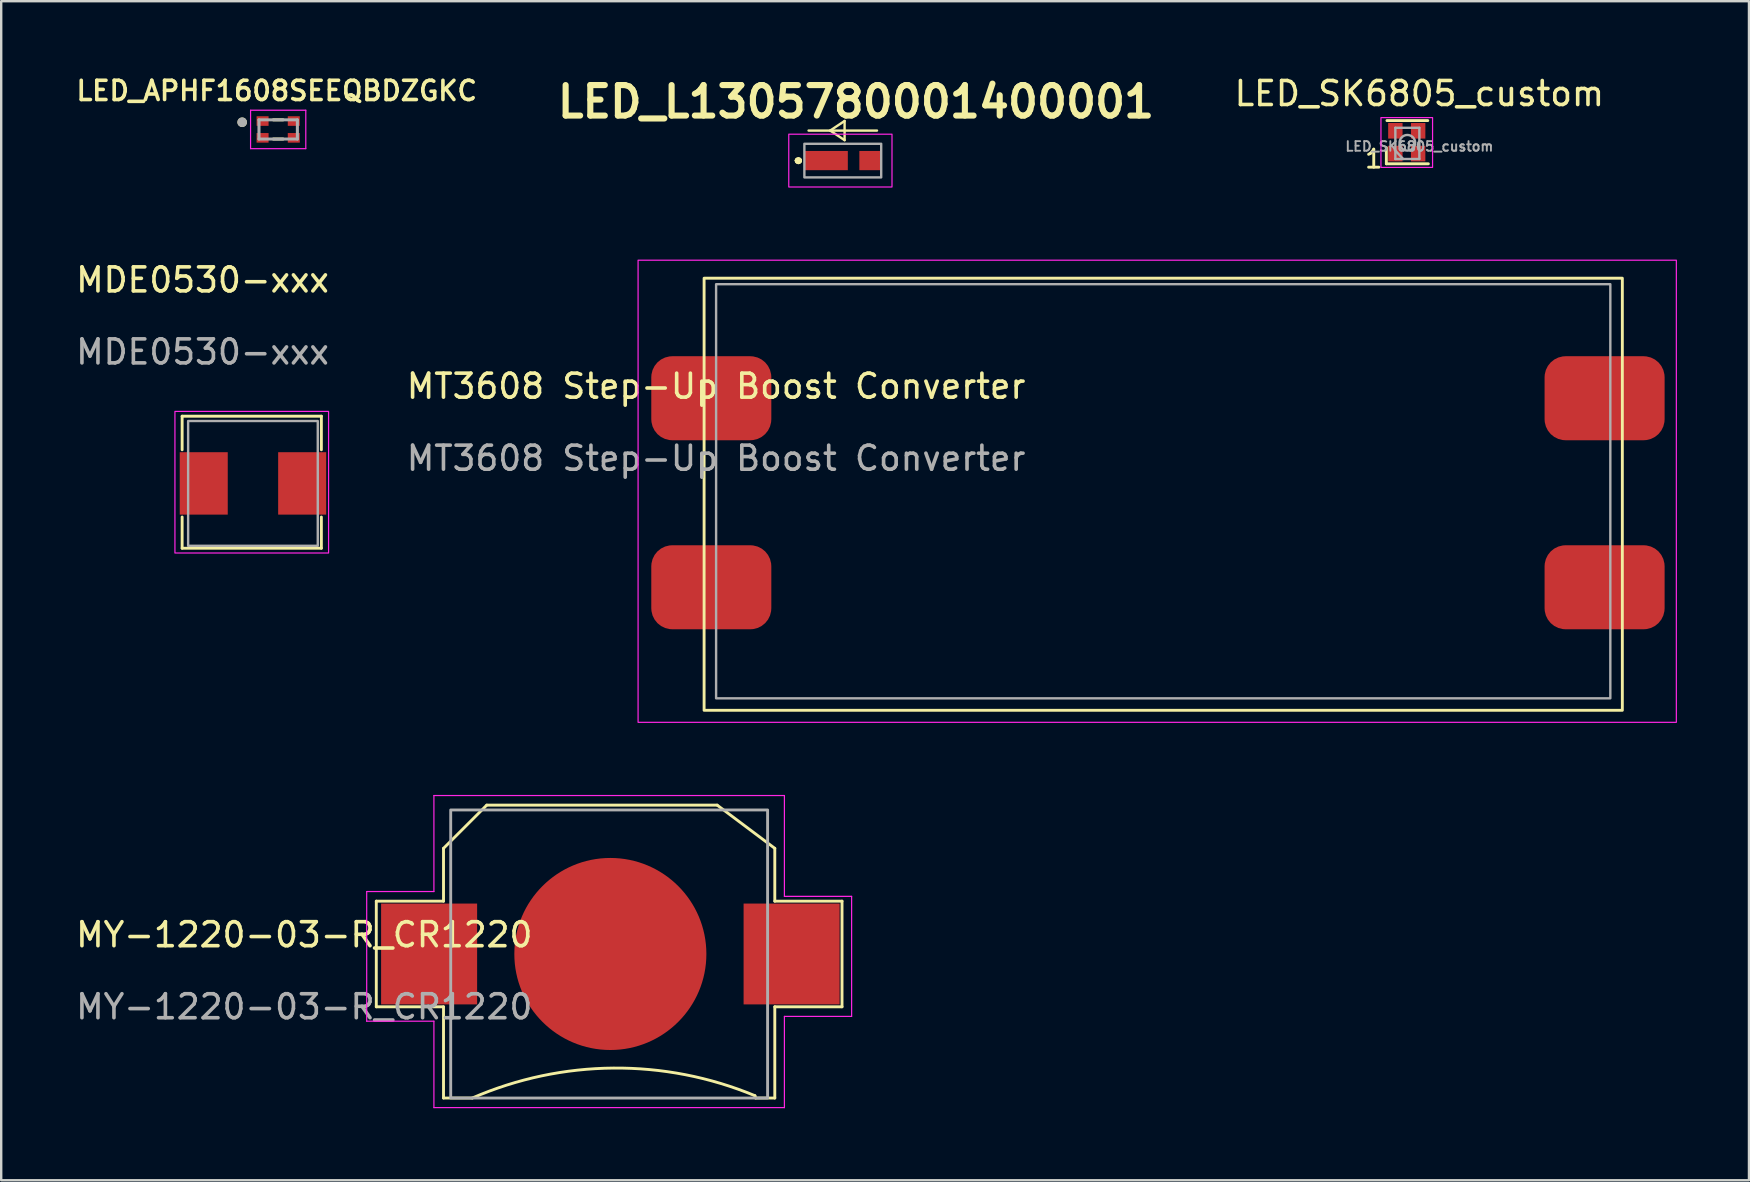
<source format=kicad_pcb>
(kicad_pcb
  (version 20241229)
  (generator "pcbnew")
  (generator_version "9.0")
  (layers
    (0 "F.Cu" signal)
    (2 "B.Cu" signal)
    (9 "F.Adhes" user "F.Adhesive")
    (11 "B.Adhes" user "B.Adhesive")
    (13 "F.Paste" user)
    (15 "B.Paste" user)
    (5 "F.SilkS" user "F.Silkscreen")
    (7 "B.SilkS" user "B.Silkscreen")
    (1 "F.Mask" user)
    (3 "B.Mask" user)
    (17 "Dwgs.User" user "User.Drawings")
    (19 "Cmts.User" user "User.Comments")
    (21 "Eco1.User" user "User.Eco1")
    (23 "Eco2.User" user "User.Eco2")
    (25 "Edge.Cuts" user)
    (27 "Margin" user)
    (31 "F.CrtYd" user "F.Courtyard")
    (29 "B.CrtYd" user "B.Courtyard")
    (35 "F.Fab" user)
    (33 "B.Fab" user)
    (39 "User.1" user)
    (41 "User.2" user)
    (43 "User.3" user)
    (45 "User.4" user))
  (footprint "MY-1220-03-R_CR1220"
    (layer "F.Cu")
    (at 14.825 36.689)
    (property "Reference" "MY-1220-03-R_CR1220" (at -5.2 -0.8 0) (unlocked yes) (layer "F.SilkS") (effects (font (size 1 1) (thickness 0.15))))
    (attr smd)
    (fp_line (start -2.2 -2.2) (end -2.2 2.2) (stroke (width 0.12) (type default)) (layer "F.SilkS"))
    (fp_line (start -2.2 -2.2) (end 0.6 -2.2) (stroke (width 0.12) (type default)) (layer "F.SilkS"))
    (fp_line (start -2.2 2.2) (end 0.6 2.2) (stroke (width 0.12) (type default)) (layer "F.SilkS"))
    (fp_line (start 0.6 -4.4) (end 2.4 -6.2) (stroke (width 0.12) (type default)) (layer "F.SilkS"))
    (fp_line (start 0.6 -2.2) (end 0.6 -4.4) (stroke (width 0.12) (type default)) (layer "F.SilkS"))
    (fp_line (start 0.6 2.2) (end 0.6 6) (stroke (width 0.12) (type default)) (layer "F.SilkS"))
    (fp_line (start 0.6 6) (end 1.8 6) (stroke (width 0.12) (type default)) (layer "F.SilkS"))
    (fp_line (start 2.4 -6.2) (end 12 -6.2) (stroke (width 0.12) (type default)) (layer "F.SilkS"))
    (fp_line (start 12 -6.2) (end 14.4 -4.4) (stroke (width 0.12) (type default)) (layer "F.SilkS"))
    (fp_line (start 13.6 6) (end 13.572 5.903) (stroke (width 0.12) (type default)) (layer "F.SilkS"))
    (fp_line (start 14.4 -4.4) (end 14.4 -2.2) (stroke (width 0.12) (type default)) (layer "F.SilkS"))
    (fp_line (start 14.4 -2.2) (end 17.2 -2.2) (stroke (width 0.12) (type default)) (layer "F.SilkS"))
    (fp_line (start 14.4 2.2) (end 14.4 6) (stroke (width 0.12) (type default)) (layer "F.SilkS"))
    (fp_line (start 14.4 6) (end 13.6 6) (stroke (width 0.12) (type default)) (layer "F.SilkS"))
    (fp_line (start 17.2 -2.2) (end 17.2 2.2) (stroke (width 0.12) (type default)) (layer "F.SilkS"))
    (fp_line (start 17.2 2.2) (end 14.4 2.2) (stroke (width 0.12) (type default)) (layer "F.SilkS"))
    (fp_arc (start 1.8 6) (mid 7.676389 4.752584) (end 13.572478 5.903293) (stroke (width 0.12) (type default)) (layer "F.SilkS"))
    (fp_line (start -2.6 -2.6) (end 0.2 -2.6) (stroke (width 0.05) (type default)) (layer "F.CrtYd"))
    (fp_line (start -2.6 2.8) (end -2.6 -2.6) (stroke (width 0.05) (type default)) (layer "F.CrtYd"))
    (fp_line (start 0.2 -6.6) (end 14.8 -6.6) (stroke (width 0.05) (type default)) (layer "F.CrtYd"))
    (fp_line (start 0.2 -2.6) (end 0.2 -6.6) (stroke (width 0.05) (type default)) (layer "F.CrtYd"))
    (fp_line (start 0.2 2.8) (end -2.6 2.8) (stroke (width 0.05) (type default)) (layer "F.CrtYd"))
    (fp_line (start 0.2 6.4) (end 0.2 2.8) (stroke (width 0.05) (type default)) (layer "F.CrtYd"))
    (fp_line (start 14.8 -6.6) (end 14.8 -2.4) (stroke (width 0.05) (type default)) (layer "F.CrtYd"))
    (fp_line (start 14.8 -2.4) (end 17.6 -2.4) (stroke (width 0.05) (type default)) (layer "F.CrtYd"))
    (fp_line (start 14.8 2.6) (end 14.8 6.4) (stroke (width 0.05) (type default)) (layer "F.CrtYd"))
    (fp_line (start 14.8 6.4) (end 0.2 6.4) (stroke (width 0.05) (type default)) (layer "F.CrtYd"))
    (fp_line (start 17.6 -2.4) (end 17.6 2.6) (stroke (width 0.05) (type default)) (layer "F.CrtYd"))
    (fp_line (start 17.6 2.6) (end 14.8 2.6) (stroke (width 0.05) (type default)) (layer "F.CrtYd"))
    (fp_rect (start 0.9 -6) (end 14.1 6) (stroke (width 0.12) (type default)) (fill no) (layer "F.Fab"))
    (fp_text user "${REFERENCE}" (at -5.2 2.2 0) (unlocked yes) (layer "F.Fab") (effects (font (size 1 1) (thickness 0.15))))
    (pad "1" smd rect (at 0 0) (size 4 4.2) (layers "F.Cu" "F.Mask" "F.Paste"))
    (pad "1" smd rect (at 15.1 0) (size 4 4.2) (layers "F.Cu" "F.Mask" "F.Paste"))
    (pad "2" smd circle (at 7.55 0) (size 8 8) (layers "F.Cu" "F.Mask" "F.Paste")))
  (footprint "MT3608 Step-Up Boost Converter"
    (layer "F.Cu")
    (at 26.78 13.539)
    (property "Reference" "MT3608 Step-Up Boost Converter" (at 0 -0.5 0) (unlocked yes) (layer "F.SilkS") (effects (font (size 1 1) (thickness 0.15))))
    (attr smd)
    (fp_rect (start -0.5 -5) (end 37.75 13) (stroke (width 0.12) (type default)) (fill no) (layer "F.SilkS"))
    (fp_rect (start -3.25 -5.75) (end 40 13.5) (stroke (width 0.05) (type default)) (fill no) (layer "F.CrtYd"))
    (fp_rect (start 0 -4.75) (end 37.25 12.5) (stroke (width 0.1) (type default)) (fill no) (layer "F.Fab"))
    (fp_text user "${REFERENCE}" (at 0 2.5 0) (unlocked yes) (layer "F.Fab") (effects (font (size 1 1) (thickness 0.15))))
    (pad "1" smd roundrect (at -0.2 0) (size 5 3.5) (layers "F.Cu" "F.Mask" "F.Paste") (roundrect_rratio 0.25))
    (pad "2" smd roundrect (at -0.2 7.874) (size 5 3.5) (layers "F.Cu" "F.Mask" "F.Paste") (roundrect_rratio 0.25))
    (pad "3" smd roundrect (at 37.011 7.874) (size 5 3.5) (layers "F.Cu" "F.Mask" "F.Paste") (roundrect_rratio 0.25))
    (pad "4" smd roundrect (at 37.011 0) (size 5 3.5) (layers "F.Cu" "F.Mask" "F.Paste") (roundrect_rratio 0.25)))
  (footprint "LED_SK6805_custom"
    (layer "F.Cu")
    (at 56.075 3.048)
    (property "Reference" "LED_SK6805_custom" (at 0 -2.2 0) (layer "F.SilkS") (effects (font (size 1 1) (thickness 0.15))))
    (attr smd)
    (fp_line (start -1.375 0.725) (end -1.375 0.05) (stroke (width 0.12) (type solid)) (layer "F.SilkS"))
    (fp_line (start -1.375 0.725) (end 0.375 0.725) (stroke (width 0.12) (type solid)) (layer "F.SilkS"))
    (fp_line (start -1.35 -1.075) (end 0.35 -1.075) (stroke (width 0.12) (type solid)) (layer "F.SilkS"))
    (fp_rect (start -1.6 -1.2) (end 0.55 0.875) (stroke (width 0.05) (type default)) (fill no) (layer "F.CrtYd"))
    (fp_line (start -1.025 0.15) (end -0.675 0.525) (stroke (width 0.1) (type solid)) (layer "F.Fab"))
    (fp_line (start -1 -0.775) (end -1 0.525) (stroke (width 0.1) (type solid)) (layer "F.Fab"))
    (fp_line (start -1 0.525) (end 0 0.525) (stroke (width 0.1) (type solid)) (layer "F.Fab"))
    (fp_line (start 0 -0.775) (end -1 -0.775) (stroke (width 0.1) (type solid)) (layer "F.Fab"))
    (fp_line (start 0 0.525) (end 0 -0.775) (stroke (width 0.1) (type solid)) (layer "F.Fab"))
    (fp_circle (center -0.5 -0.15) (end -0.475 -0.475) (stroke (width 0.1) (type solid)) (fill no) (layer "F.Fab"))
    (fp_text user "1" (at -1.9 0.525 0) (layer "F.SilkS") (effects (font (size 0.75 0.75) (thickness 0.12))))
    (fp_text user "${REFERENCE}" (at 0 0 0) (layer "F.Fab") (effects (font (size 0.4 0.4) (thickness 0.08))))
    (pad "1" smd rect (at -1 0.3) (size 0.6 0.65) (layers "*.Paste" "F.Cu" "F.Mask"))
    (pad "2" smd rect (at -0.05 0.3) (size 0.6 0.65) (layers "F.Cu" "F.Mask" "F.Paste"))
    (pad "3" smd rect (at -0.05 -0.65) (size 0.6 0.65) (layers "F.Cu" "F.Mask" "F.Paste"))
    (pad "4" smd rect (at -1 -0.65) (size 0.6 0.65) (layers "F.Cu" "F.Mask" "F.Paste")))
  (footprint "LED_APHF1608SEEQBDZGKC"
    (layer "F.Cu")
    (at 8.538 2.342)
    (property "Reference" "LED_APHF1608SEEQBDZGKC" (at -0.06 -1.61 0) (layer "F.SilkS") (effects (font (size 0.801 0.801) (thickness 0.15))))
    (attr smd)
    (fp_line (start -0.2 -0.4) (end 0.2 -0.4) (stroke (width 0.127) (type solid)) (layer "F.SilkS"))
    (fp_line (start -0.2 0.4) (end 0.2 0.4) (stroke (width 0.127) (type solid)) (layer "F.SilkS"))
    (fp_circle (center -1.5 -0.3) (end -1.4 -0.3) (stroke (width 0.2) (type solid)) (fill no) (layer "F.SilkS"))
    (fp_line (start -1.15 -0.8) (end 1.15 -0.8) (stroke (width 0.05) (type solid)) (layer "F.CrtYd"))
    (fp_line (start -1.15 0.8) (end -1.15 -0.8) (stroke (width 0.05) (type solid)) (layer "F.CrtYd"))
    (fp_line (start 1.15 -0.8) (end 1.15 0.8) (stroke (width 0.05) (type solid)) (layer "F.CrtYd"))
    (fp_line (start 1.15 0.8) (end -1.15 0.8) (stroke (width 0.05) (type solid)) (layer "F.CrtYd"))
    (fp_line (start -0.8 -0.4) (end 0.8 -0.4) (stroke (width 0.127) (type solid)) (layer "F.Fab"))
    (fp_line (start -0.8 0.4) (end -0.8 -0.4) (stroke (width 0.127) (type solid)) (layer "F.Fab"))
    (fp_line (start 0.8 -0.4) (end 0.8 0.4) (stroke (width 0.127) (type solid)) (layer "F.Fab"))
    (fp_line (start 0.8 0.4) (end -0.8 0.4) (stroke (width 0.127) (type solid)) (layer "F.Fab"))
    (fp_circle (center -1.5 -0.3) (end -1.4 -0.3) (stroke (width 0.2) (type solid)) (fill no) (layer "F.Fab"))
    (pad "1" smd rect (at -0.65 -0.35) (size 0.5 0.4) (layers "F.Cu" "F.Mask" "F.Paste"))
    (pad "2" smd rect (at -0.65 0.35) (size 0.5 0.4) (layers "F.Cu" "F.Mask" "F.Paste"))
    (pad "3" smd rect (at 0.65 0.35) (size 0.5 0.4) (layers "F.Cu" "F.Mask" "F.Paste"))
    (pad "4" smd rect (at 0.65 -0.35) (size 0.5 0.4) (layers "F.Cu" "F.Mask" "F.Paste")))
  (footprint "MDE0530-xxx"
    (layer "F.Cu")
    (at 5.437 17.087)
    (property "Reference" "MDE0530-xxx" (at -0.05 -8.475 0) (unlocked yes) (layer "F.SilkS") (effects (font (size 1 1) (thickness 0.15))))
    (attr smd)
    (fp_line (start -0.9 -2.8) (end 4.9 -2.8) (stroke (width 0.12) (type default)) (layer "F.SilkS"))
    (fp_line (start -0.9 -1.4) (end -0.9 -2.8) (stroke (width 0.12) (type default)) (layer "F.SilkS"))
    (fp_line (start -0.9 1.4) (end -0.9 2.7) (stroke (width 0.12) (type default)) (layer "F.SilkS"))
    (fp_line (start -0.9 2.7) (end 4.9 2.7) (stroke (width 0.12) (type default)) (layer "F.SilkS"))
    (fp_line (start 4.9 -2.8) (end 4.9 -1.4) (stroke (width 0.12) (type default)) (layer "F.SilkS"))
    (fp_line (start 4.9 2.7) (end 4.9 1.4) (stroke (width 0.12) (type default)) (layer "F.SilkS"))
    (fp_rect (start -1.2 -3) (end 5.2 2.9) (stroke (width 0.05) (type default)) (fill no) (layer "F.CrtYd"))
    (fp_rect (start -0.65 -2.6) (end 4.75 2.6) (stroke (width 0.1) (type default)) (fill no) (layer "F.Fab"))
    (fp_text user "${REFERENCE}" (at -0.05 -5.475 0) (unlocked yes) (layer "F.Fab") (effects (font (size 1 1) (thickness 0.15))))
    (pad "1" smd rect (at 0 0) (size 2 2.6) (layers "F.Cu" "F.Mask" "F.Paste"))
    (pad "2" smd rect (at 4.1 0) (size 2 2.6) (layers "F.Cu" "F.Mask" "F.Paste")))
  (footprint "LED_L1305780001400001"
    (layer "F.Cu")
    (at 32.057 3.639)
    (property "Reference" "LED_L1305780001400001" (at 0.55 -2.45 0) (unlocked yes) (layer "F.SilkS") (effects (font (size 1.27 1.27) (thickness 0.254))))
    (attr smd)
    (fp_line (start -1.9 0) (end -1.9 0) (stroke (width 0.2) (type solid)) (layer "F.SilkS"))
    (fp_line (start -1.9 0) (end -1.9 0) (stroke (width 0.2) (type solid)) (layer "F.SilkS"))
    (fp_line (start -1.8 0) (end -1.8 0) (stroke (width 0.2) (type solid)) (layer "F.SilkS"))
    (fp_line (start -1.425 -1.25) (end 1.425 -1.25) (stroke (width 0.1) (type default)) (layer "F.SilkS"))
    (fp_line (start -0.525 -1.25) (end 0.075 -1.65) (stroke (width 0.1) (type default)) (layer "F.SilkS"))
    (fp_line (start 0.075 -1.65) (end 0.075 -0.85) (stroke (width 0.1) (type default)) (layer "F.SilkS"))
    (fp_line (start 0.075 -0.85) (end -0.525 -1.25) (stroke (width 0.1) (type default)) (layer "F.SilkS"))
    (fp_arc (start -1.9 0) (mid -1.85 -0.05) (end -1.8 0) (stroke (width 0.2) (type solid)) (layer "F.SilkS"))
    (fp_arc (start -1.8 0) (mid -1.85 0.05) (end -1.9 0) (stroke (width 0.2) (type solid)) (layer "F.SilkS"))
    (fp_arc (start -1.8 0) (mid -1.85 0.05) (end -1.9 0) (stroke (width 0.2) (type solid)) (layer "F.SilkS"))
    (fp_rect (start -2.25 -1.1) (end 2.05 1.1) (stroke (width 0.05) (type default)) (fill no) (layer "F.CrtYd"))
    (fp_rect (start -1.6 -0.7) (end 1.6 0.7) (stroke (width 0.1) (type default)) (fill no) (layer "F.Fab"))
    (pad "1" smd rect (at -0.69 0 90) (size 0.8 1.8) (layers "F.Cu" "F.Mask" "F.Paste"))
    (pad "2" smd rect (at 1.14 0 90) (size 0.8 0.9) (layers "F.Cu" "F.Mask" "F.Paste")))
  (gr_rect
    (start -3 -3)
    (end 69.805 46.114)
    (stroke (width 0.1) (type default))
    (fill no)
    (layer "Edge.Cuts")))
</source>
